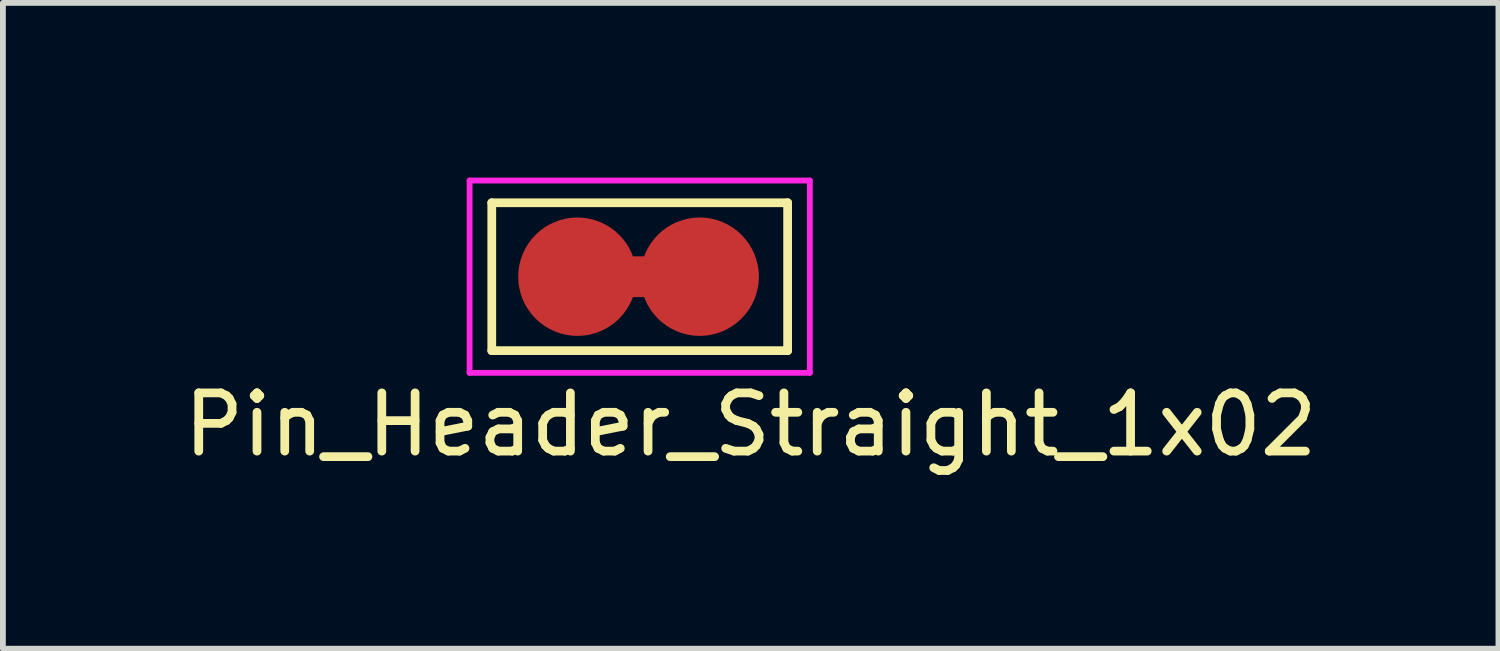
<source format=kicad_pcb>
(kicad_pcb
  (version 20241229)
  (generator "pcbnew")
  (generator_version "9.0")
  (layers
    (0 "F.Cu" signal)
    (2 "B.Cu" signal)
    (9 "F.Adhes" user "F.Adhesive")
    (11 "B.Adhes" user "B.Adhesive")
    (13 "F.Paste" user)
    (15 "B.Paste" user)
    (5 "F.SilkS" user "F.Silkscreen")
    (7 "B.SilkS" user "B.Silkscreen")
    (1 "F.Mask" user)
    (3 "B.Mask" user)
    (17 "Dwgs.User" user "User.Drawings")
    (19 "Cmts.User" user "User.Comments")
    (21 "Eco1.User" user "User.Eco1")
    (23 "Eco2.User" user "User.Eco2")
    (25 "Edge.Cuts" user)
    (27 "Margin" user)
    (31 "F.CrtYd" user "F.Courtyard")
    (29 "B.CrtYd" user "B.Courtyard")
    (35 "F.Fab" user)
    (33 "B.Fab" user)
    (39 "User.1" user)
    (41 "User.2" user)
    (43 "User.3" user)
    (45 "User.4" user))
  (footprint "Pin_Header_Straight_1x02"
    (layer "F.Cu")
    (at 6.664 1.701)
    (property "Reference" "Pin_Header_Straight_1x02" (at 3.175 2.54 0) (layer "F.SilkS") (effects (font (size 1 1) (thickness 0.15))))
    (attr through_hole)
    (fp_line (start 0.889 0) (end 1.651 0) (stroke (width 0.7) (type solid)) (layer "F.Cu"))
    (fp_line (start -1.27 -1.27) (end -1.27 1.27) (stroke (width 0.15) (type solid)) (layer "F.SilkS"))
    (fp_line (start -1.27 1.27) (end 3.81 1.27) (stroke (width 0.15) (type solid)) (layer "F.SilkS"))
    (fp_line (start 3.81 -1.27) (end -1.27 -1.27) (stroke (width 0.15) (type solid)) (layer "F.SilkS"))
    (fp_line (start 3.81 -1.27) (end 3.81 1.27) (stroke (width 0.15) (type solid)) (layer "F.SilkS"))
    (fp_line (start -1.651 -1.651) (end -1.651 1.651) (stroke (width 0.1) (type solid)) (layer "F.CrtYd"))
    (fp_line (start -1.651 1.651) (end 4.191 1.651) (stroke (width 0.1) (type solid)) (layer "F.CrtYd"))
    (fp_line (start 4.191 -1.651) (end -1.651 -1.651) (stroke (width 0.1) (type solid)) (layer "F.CrtYd"))
    (fp_line (start 4.191 1.651) (end 4.191 -1.651) (stroke (width 0.1) (type solid)) (layer "F.CrtYd"))
    (pad "1" smd oval (at 0.2 0) (size 2.032 2.032) (layers "F.Cu" "F.Mask" "F.Paste"))
    (pad "2" smd oval (at 2.3 0) (size 2.032 2.032) (layers "F.Cu" "F.Mask" "F.Paste")))
  (gr_rect
    (start -3 -3)
    (end 22.679 8.089)
    (stroke (width 0.1) (type default))
    (fill no)
    (layer "Edge.Cuts")))
</source>
